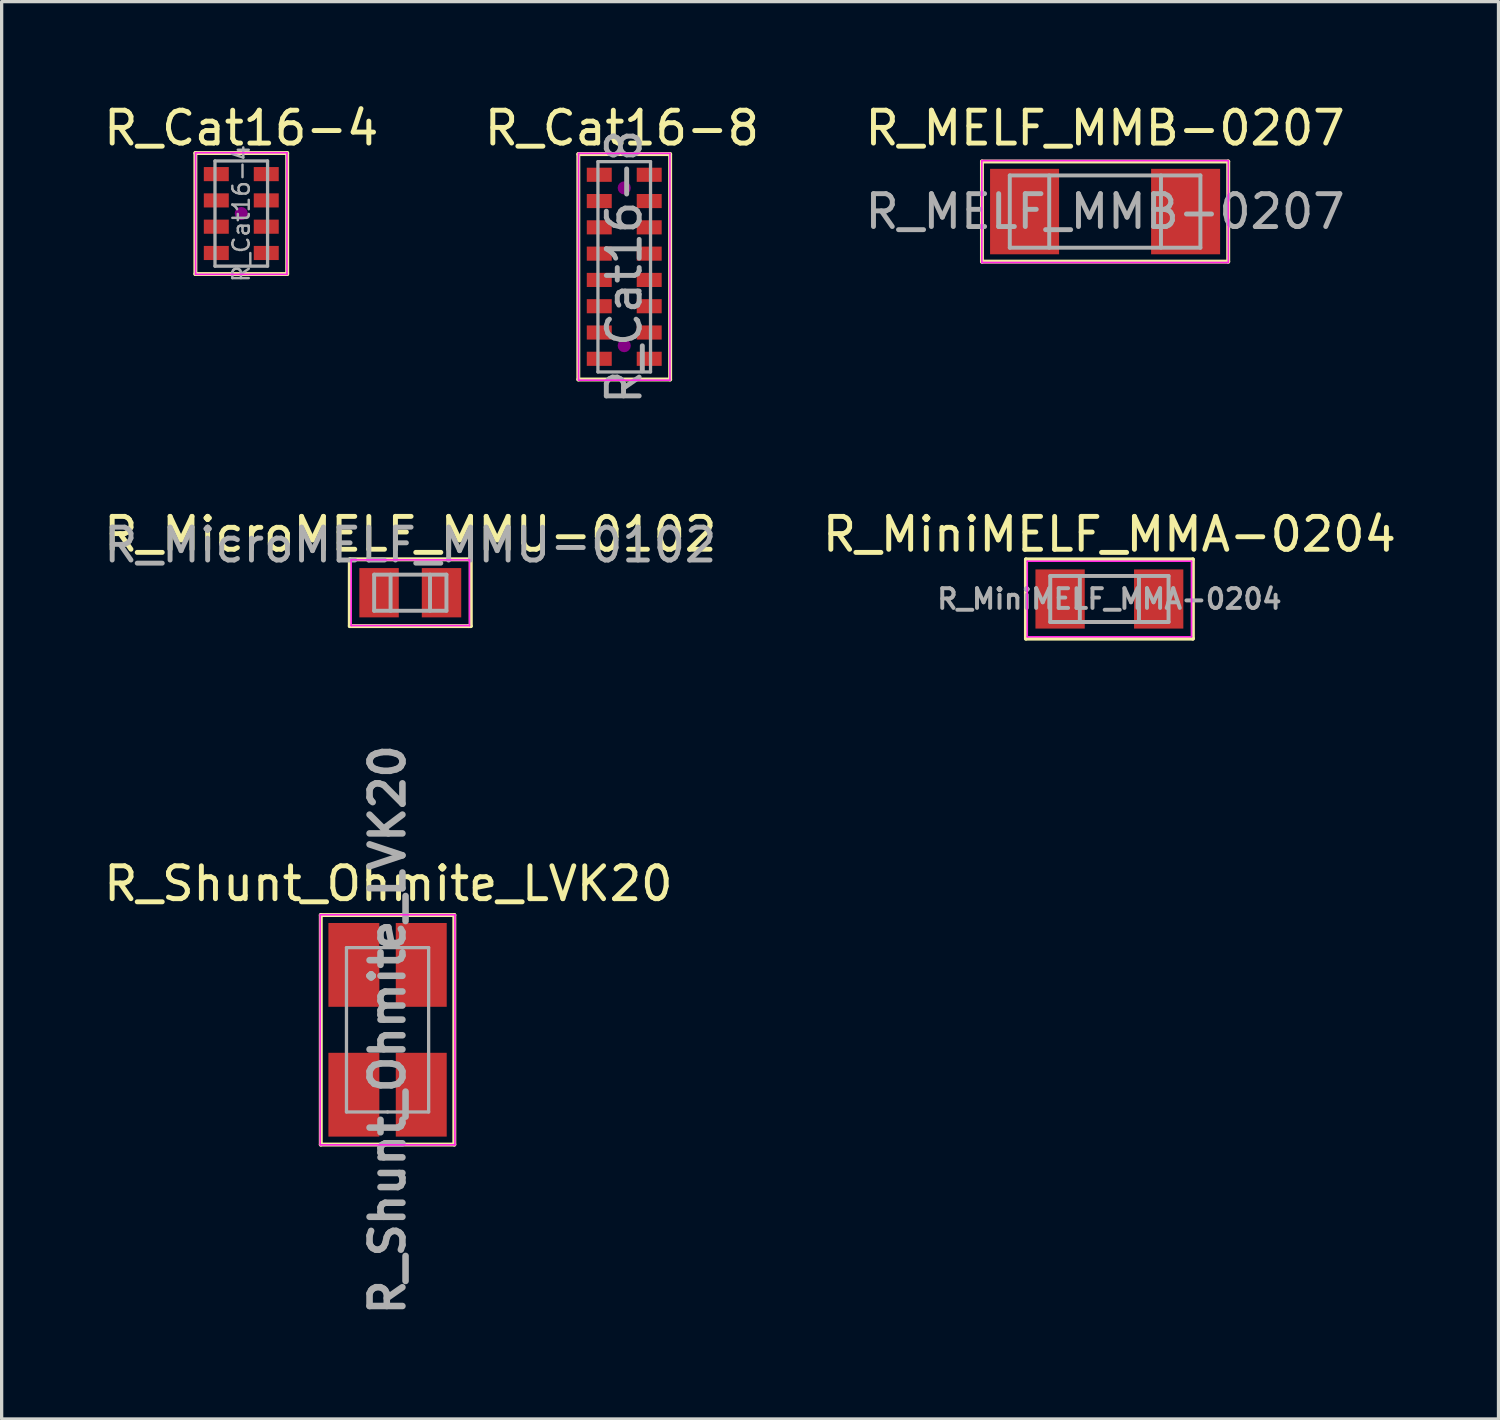
<source format=kicad_pcb>
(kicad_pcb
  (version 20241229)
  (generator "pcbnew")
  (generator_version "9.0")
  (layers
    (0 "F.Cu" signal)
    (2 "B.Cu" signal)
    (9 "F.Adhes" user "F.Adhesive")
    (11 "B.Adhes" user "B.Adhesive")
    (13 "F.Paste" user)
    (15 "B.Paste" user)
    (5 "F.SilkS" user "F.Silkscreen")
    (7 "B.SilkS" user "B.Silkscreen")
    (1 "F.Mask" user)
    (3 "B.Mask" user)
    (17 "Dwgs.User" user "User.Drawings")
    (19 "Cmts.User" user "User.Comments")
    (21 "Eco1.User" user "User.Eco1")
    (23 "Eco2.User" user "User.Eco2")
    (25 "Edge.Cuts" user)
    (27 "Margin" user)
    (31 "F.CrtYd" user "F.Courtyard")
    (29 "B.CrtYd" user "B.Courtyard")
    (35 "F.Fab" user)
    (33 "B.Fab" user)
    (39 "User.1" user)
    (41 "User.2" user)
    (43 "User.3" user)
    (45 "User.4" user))
  (footprint "R_MicroMELF_MMU-0102"
    (layer "F.Cu")
    (at 9.435 14.986)
    (property "Reference" "R_MicroMELF_MMU-0102" (at 0 -1.778 0) (layer "F.SilkS") (effects (font (size 1 1) (thickness 0.15))))
    (attr smd)
    (fp_line (start -1.841 -1.016) (end -1.841 1.016) (stroke (width 0.12) (type solid)) (layer "F.SilkS"))
    (fp_line (start -1.841 1.016) (end 1.778 1.016) (stroke (width 0.12) (type solid)) (layer "F.SilkS"))
    (fp_line (start 1.778 1.016) (end 1.841 1.016) (stroke (width 0.12) (type solid)) (layer "F.SilkS"))
    (fp_line (start 1.841 -1.016) (end -1.841 -1.016) (stroke (width 0.12) (type solid)) (layer "F.SilkS"))
    (fp_line (start 1.841 1.016) (end 1.841 -1.016) (stroke (width 0.12) (type solid)) (layer "F.SilkS"))
    (fp_line (start -1.8 -1) (end -1.8 1) (stroke (width 0.05) (type solid)) (layer "F.CrtYd"))
    (fp_line (start -1.8 -1) (end 1.8 -1) (stroke (width 0.05) (type solid)) (layer "F.CrtYd"))
    (fp_line (start 1.8 1) (end -1.8 1) (stroke (width 0.05) (type solid)) (layer "F.CrtYd"))
    (fp_line (start 1.8 1) (end 1.8 -1) (stroke (width 0.05) (type solid)) (layer "F.CrtYd"))
    (fp_line (start -1.1 -0.55) (end 1.1 -0.55) (stroke (width 0.12) (type solid)) (layer "F.Fab"))
    (fp_line (start -1.1 0.55) (end -1.1 -0.55) (stroke (width 0.12) (type solid)) (layer "F.Fab"))
    (fp_line (start -0.6 -0.55) (end -0.6 0.55) (stroke (width 0.12) (type solid)) (layer "F.Fab"))
    (fp_line (start 0.6 -0.55) (end 0.6 0.55) (stroke (width 0.12) (type solid)) (layer "F.Fab"))
    (fp_line (start 1.1 -0.55) (end 1.1 0.55) (stroke (width 0.12) (type solid)) (layer "F.Fab"))
    (fp_line (start 1.1 0.55) (end -1.1 0.55) (stroke (width 0.12) (type solid)) (layer "F.Fab"))
    (fp_text user "${REFERENCE}" (at 0 -1.45 0) (layer "F.Fab") (effects (font (size 1 1) (thickness 0.15))))
    (pad "1" smd rect (at -0.95 0) (size 1.2 1.5) (layers "F.Cu" "F.Mask" "F.Paste"))
    (pad "2" smd rect (at 0.95 0) (size 1.2 1.5) (layers "F.Cu" "F.Mask" "F.Paste")))
  (footprint "R_MiniMELF_MMA-0204"
    (layer "F.Cu")
    (at 30.708 15.177)
    (property "Reference" "R_MiniMELF_MMA-0204" (at 0 -1.968 0) (layer "F.SilkS") (effects (font (size 1 1) (thickness 0.15))))
    (attr smd)
    (fp_line (start -2.54 -1.206) (end -2.54 1.206) (stroke (width 0.12) (type solid)) (layer "F.SilkS"))
    (fp_line (start -2.54 1.206) (end 2.54 1.206) (stroke (width 0.12) (type solid)) (layer "F.SilkS"))
    (fp_line (start 2.54 -1.206) (end -2.54 -1.206) (stroke (width 0.12) (type solid)) (layer "F.SilkS"))
    (fp_line (start 2.54 1.206) (end 2.54 -1.206) (stroke (width 0.12) (type solid)) (layer "F.SilkS"))
    (fp_line (start -2.5 -1.15) (end -2.5 1.15) (stroke (width 0.05) (type solid)) (layer "F.CrtYd"))
    (fp_line (start -2.5 -1.15) (end 2.5 -1.15) (stroke (width 0.05) (type solid)) (layer "F.CrtYd"))
    (fp_line (start 2.5 1.15) (end -2.5 1.15) (stroke (width 0.05) (type solid)) (layer "F.CrtYd"))
    (fp_line (start 2.5 1.15) (end 2.5 -1.15) (stroke (width 0.05) (type solid)) (layer "F.CrtYd"))
    (fp_line (start -1.8 -0.7) (end -1.8 0.7) (stroke (width 0.12) (type solid)) (layer "F.Fab"))
    (fp_line (start -1.8 0.7) (end 1.8 0.7) (stroke (width 0.12) (type solid)) (layer "F.Fab"))
    (fp_line (start -0.9 -0.7) (end -0.9 0.7) (stroke (width 0.12) (type solid)) (layer "F.Fab"))
    (fp_line (start 0.9 0.7) (end 0.9 -0.7) (stroke (width 0.12) (type solid)) (layer "F.Fab"))
    (fp_line (start 1.8 -0.7) (end -1.8 -0.7) (stroke (width 0.12) (type solid)) (layer "F.Fab"))
    (fp_line (start 1.8 0.7) (end 1.8 -0.7) (stroke (width 0.12) (type solid)) (layer "F.Fab"))
    (fp_text user "${REFERENCE}" (at 0 0 0) (layer "F.Fab") (effects (font (size 0.6 0.6) (thickness 0.12))))
    (pad "1" smd rect (at -1.5 0) (size 1.5 1.8) (layers "F.Cu" "F.Mask" "F.Paste"))
    (pad "2" smd rect (at 1.5 0) (size 1.5 1.8) (layers "F.Cu" "F.Mask" "F.Paste")))
  (footprint "R_Cat16-4"
    (layer "F.Cu")
    (at 4.292 3.448)
    (property "Reference" "R_Cat16-4" (at 0 -2.6 0) (layer "F.SilkS") (effects (font (size 1 1) (thickness 0.15))))
    (attr smd)
    (fp_line (start -1.397 -1.841) (end -1.397 1.841) (stroke (width 0.12) (type solid)) (layer "F.SilkS"))
    (fp_line (start -1.397 1.841) (end 1.397 1.841) (stroke (width 0.12) (type solid)) (layer "F.SilkS"))
    (fp_line (start 1.397 -1.841) (end -1.397 -1.841) (stroke (width 0.12) (type solid)) (layer "F.SilkS"))
    (fp_line (start 1.397 1.841) (end 1.397 -1.841) (stroke (width 0.12) (type solid)) (layer "F.SilkS"))
    (fp_circle (center 0 0) (end -0.1 0) (stroke (width 0.2) (type solid)) (fill no) (layer "F.Adhes"))
    (fp_line (start -1.39 -1.85) (end -1.39 1.85) (stroke (width 0.05) (type solid)) (layer "F.CrtYd"))
    (fp_line (start -1.39 -1.85) (end 1.39 -1.85) (stroke (width 0.05) (type solid)) (layer "F.CrtYd"))
    (fp_line (start 1.39 1.85) (end -1.39 1.85) (stroke (width 0.05) (type solid)) (layer "F.CrtYd"))
    (fp_line (start 1.39 1.85) (end 1.39 -1.85) (stroke (width 0.05) (type solid)) (layer "F.CrtYd"))
    (fp_line (start -0.8 -1.6) (end 0.8 -1.6) (stroke (width 0.1) (type solid)) (layer "F.Fab"))
    (fp_line (start -0.8 1.6) (end -0.8 -1.6) (stroke (width 0.1) (type solid)) (layer "F.Fab"))
    (fp_line (start 0.8 -1.6) (end 0.8 1.6) (stroke (width 0.1) (type solid)) (layer "F.Fab"))
    (fp_line (start 0.8 1.6) (end -0.8 1.6) (stroke (width 0.1) (type solid)) (layer "F.Fab"))
    (fp_text user "${REFERENCE}" (at 0 0 90) (layer "F.Fab") (effects (font (size 0.5 0.5) (thickness 0.075))))
    (pad "1" smd rect (at -0.76 -1.2 180) (size 0.76 0.43) (layers "F.Cu" "F.Mask" "F.Paste"))
    (pad "2" smd rect (at -0.76 -0.4 180) (size 0.76 0.43) (layers "F.Cu" "F.Mask" "F.Paste"))
    (pad "3" smd rect (at -0.76 0.4 180) (size 0.76 0.43) (layers "F.Cu" "F.Mask" "F.Paste"))
    (pad "4" smd rect (at -0.76 1.2 180) (size 0.76 0.43) (layers "F.Cu" "F.Mask" "F.Paste"))
    (pad "5" smd rect (at 0.76 1.2 180) (size 0.76 0.43) (layers "F.Cu" "F.Mask" "F.Paste"))
    (pad "6" smd rect (at 0.76 0.4 180) (size 0.76 0.43) (layers "F.Cu" "F.Mask" "F.Paste"))
    (pad "7" smd rect (at 0.76 -0.4 180) (size 0.76 0.43) (layers "F.Cu" "F.Mask" "F.Paste"))
    (pad "8" smd rect (at 0.76 -1.2 180) (size 0.76 0.43) (layers "F.Cu" "F.Mask" "F.Paste")))
  (footprint "R_MELF_MMB-0207"
    (layer "F.Cu")
    (at 30.577 3.388)
    (property "Reference" "R_MELF_MMB-0207" (at 0 -2.54 0) (layer "F.SilkS") (effects (font (size 1 1) (thickness 0.15))))
    (attr smd)
    (fp_line (start -3.747 -1.524) (end -3.747 1.524) (stroke (width 0.12) (type solid)) (layer "F.SilkS"))
    (fp_line (start -3.747 1.524) (end 3.747 1.524) (stroke (width 0.12) (type solid)) (layer "F.SilkS"))
    (fp_line (start 3.747 -1.524) (end -3.747 -1.524) (stroke (width 0.12) (type solid)) (layer "F.SilkS"))
    (fp_line (start 3.747 1.524) (end 3.747 -1.524) (stroke (width 0.12) (type solid)) (layer "F.SilkS"))
    (fp_line (start -3.75 -1.55) (end -3.75 1.55) (stroke (width 0.05) (type solid)) (layer "F.CrtYd"))
    (fp_line (start -3.75 -1.55) (end 3.75 -1.55) (stroke (width 0.05) (type solid)) (layer "F.CrtYd"))
    (fp_line (start 3.75 1.55) (end -3.75 1.55) (stroke (width 0.05) (type solid)) (layer "F.CrtYd"))
    (fp_line (start 3.75 1.55) (end 3.75 -1.55) (stroke (width 0.05) (type solid)) (layer "F.CrtYd"))
    (fp_line (start -2.9 -1.1) (end -2.9 1.1) (stroke (width 0.12) (type solid)) (layer "F.Fab"))
    (fp_line (start -2.9 1.1) (end 2.9 1.1) (stroke (width 0.12) (type solid)) (layer "F.Fab"))
    (fp_line (start -1.7 -1.1) (end -1.7 1.1) (stroke (width 0.12) (type solid)) (layer "F.Fab"))
    (fp_line (start 1.7 -1.1) (end 1.7 1.1) (stroke (width 0.12) (type solid)) (layer "F.Fab"))
    (fp_line (start 2.9 -1.1) (end -2.9 -1.1) (stroke (width 0.12) (type solid)) (layer "F.Fab"))
    (fp_line (start 2.9 1.1) (end 2.9 -1.1) (stroke (width 0.12) (type solid)) (layer "F.Fab"))
    (fp_text user "${REFERENCE}" (at 0 0 0) (layer "F.Fab") (effects (font (size 1 1) (thickness 0.15))))
    (pad "1" smd rect (at -2.45 0) (size 2.1 2.6) (layers "F.Cu" "F.Mask" "F.Paste"))
    (pad "2" smd rect (at 2.45 0) (size 2.1 2.6) (layers "F.Cu" "F.Mask" "F.Paste")))
  (footprint "R_Cat16-8"
    (layer "F.Cu")
    (at 15.945 5.068)
    (property "Reference" "R_Cat16-8" (at -0.07 -4.22 0) (layer "F.SilkS") (effects (font (size 1 1) (thickness 0.15))))
    (attr smd)
    (fp_line (start -1.397 -3.429) (end -1.397 3.429) (stroke (width 0.12) (type solid)) (layer "F.SilkS"))
    (fp_line (start -1.397 3.429) (end 1.397 3.429) (stroke (width 0.12) (type solid)) (layer "F.SilkS"))
    (fp_line (start 1.397 -3.429) (end -1.397 -3.429) (stroke (width 0.12) (type solid)) (layer "F.SilkS"))
    (fp_line (start 1.397 3.429) (end 1.397 -3.429) (stroke (width 0.12) (type solid)) (layer "F.SilkS"))
    (fp_circle (center 0 -2.4) (end -0.1 -2.4) (stroke (width 0.2) (type solid)) (fill no) (layer "F.Adhes"))
    (fp_circle (center 0 2.4) (end -0.1 2.4) (stroke (width 0.2) (type solid)) (fill no) (layer "F.Adhes"))
    (fp_line (start -1.39 -3.45) (end -1.39 3.45) (stroke (width 0.05) (type solid)) (layer "F.CrtYd"))
    (fp_line (start -1.39 -3.45) (end 1.39 -3.45) (stroke (width 0.05) (type solid)) (layer "F.CrtYd"))
    (fp_line (start 1.39 3.45) (end -1.39 3.45) (stroke (width 0.05) (type solid)) (layer "F.CrtYd"))
    (fp_line (start 1.39 3.45) (end 1.39 -3.45) (stroke (width 0.05) (type solid)) (layer "F.CrtYd"))
    (fp_line (start -0.8 -3.2) (end 0.8 -3.2) (stroke (width 0.1) (type solid)) (layer "F.Fab"))
    (fp_line (start -0.8 3.2) (end -0.8 -3.2) (stroke (width 0.1) (type solid)) (layer "F.Fab"))
    (fp_line (start 0.8 -3.2) (end 0.8 3.2) (stroke (width 0.1) (type solid)) (layer "F.Fab"))
    (fp_line (start 0.8 3.2) (end -0.8 3.2) (stroke (width 0.1) (type solid)) (layer "F.Fab"))
    (fp_text user "${REFERENCE}" (at 0 0 90) (layer "F.Fab") (effects (font (size 1 1) (thickness 0.15))))
    (pad "1" smd rect (at -0.76 -2.8 180) (size 0.76 0.43) (layers "F.Cu" "F.Mask" "F.Paste"))
    (pad "2" smd rect (at -0.76 -2 180) (size 0.76 0.43) (layers "F.Cu" "F.Mask" "F.Paste"))
    (pad "3" smd rect (at -0.76 -1.2 180) (size 0.76 0.43) (layers "F.Cu" "F.Mask" "F.Paste"))
    (pad "4" smd rect (at -0.76 -0.4 180) (size 0.76 0.43) (layers "F.Cu" "F.Mask" "F.Paste"))
    (pad "5" smd rect (at -0.76 0.4 180) (size 0.76 0.43) (layers "F.Cu" "F.Mask" "F.Paste"))
    (pad "6" smd rect (at -0.76 1.2 180) (size 0.76 0.43) (layers "F.Cu" "F.Mask" "F.Paste"))
    (pad "7" smd rect (at -0.76 2 180) (size 0.76 0.43) (layers "F.Cu" "F.Mask" "F.Paste"))
    (pad "8" smd rect (at -0.76 2.8 180) (size 0.76 0.43) (layers "F.Cu" "F.Mask" "F.Paste"))
    (pad "9" smd rect (at 0.76 2.8 180) (size 0.76 0.43) (layers "F.Cu" "F.Mask" "F.Paste"))
    (pad "10" smd rect (at 0.76 2 180) (size 0.76 0.43) (layers "F.Cu" "F.Mask" "F.Paste"))
    (pad "11" smd rect (at 0.76 1.2 180) (size 0.76 0.43) (layers "F.Cu" "F.Mask" "F.Paste"))
    (pad "12" smd rect (at 0.76 0.4 180) (size 0.76 0.43) (layers "F.Cu" "F.Mask" "F.Paste"))
    (pad "13" smd rect (at 0.76 -0.4 180) (size 0.76 0.43) (layers "F.Cu" "F.Mask" "F.Paste"))
    (pad "14" smd rect (at 0.76 -1.2 180) (size 0.76 0.43) (layers "F.Cu" "F.Mask" "F.Paste"))
    (pad "15" smd rect (at 0.76 -2 180) (size 0.76 0.43) (layers "F.Cu" "F.Mask" "F.Paste"))
    (pad "16" smd rect (at 0.76 -2.8 180) (size 0.76 0.43) (layers "F.Cu" "F.Mask" "F.Paste")))
  (footprint "R_Shunt_Ohmite_LVK20"
    (layer "F.Cu")
    (at 8.743 28.286)
    (property "Reference" "R_Shunt_Ohmite_LVK20" (at 0.025 -4.445 0) (layer "F.SilkS") (effects (font (size 1 1) (thickness 0.15))))
    (attr smd)
    (fp_line (start -2.032 -3.493) (end -2.032 3.493) (stroke (width 0.12) (type solid)) (layer "F.SilkS"))
    (fp_line (start -2.032 3.493) (end 2.032 3.493) (stroke (width 0.12) (type solid)) (layer "F.SilkS"))
    (fp_line (start 2.032 -3.493) (end -2.032 -3.493) (stroke (width 0.12) (type solid)) (layer "F.SilkS"))
    (fp_line (start 2.032 3.493) (end 2.032 -3.493) (stroke (width 0.12) (type solid)) (layer "F.SilkS"))
    (fp_line (start -2.05 -3.5) (end 2.05 -3.5) (stroke (width 0.05) (type solid)) (layer "F.CrtYd"))
    (fp_line (start -2.05 3.5) (end -2.05 -3.5) (stroke (width 0.05) (type solid)) (layer "F.CrtYd"))
    (fp_line (start 2.05 -3.5) (end 2.05 3.5) (stroke (width 0.05) (type solid)) (layer "F.CrtYd"))
    (fp_line (start 2.05 3.5) (end -2.05 3.5) (stroke (width 0.05) (type solid)) (layer "F.CrtYd"))
    (fp_line (start -1.25 -2.5) (end 1.25 -2.5) (stroke (width 0.1) (type solid)) (layer "F.Fab"))
    (fp_line (start -1.25 2.5) (end -1.25 -2.5) (stroke (width 0.1) (type solid)) (layer "F.Fab"))
    (fp_line (start 0 2.5) (end -1.25 2.5) (stroke (width 0.1) (type solid)) (layer "F.Fab"))
    (fp_line (start 1.25 -2.5) (end 1.25 2.5) (stroke (width 0.1) (type solid)) (layer "F.Fab"))
    (fp_line (start 1.25 2.5) (end 0 2.5) (stroke (width 0.1) (type solid)) (layer "F.Fab"))
    (fp_text user "${REFERENCE}" (at 0 0 90) (layer "F.Fab") (effects (font (size 1 1) (thickness 0.2))))
    (pad "1" smd rect (at -1.025 -1.975) (size 1.55 2.55) (layers "F.Cu" "F.Mask" "F.Paste"))
    (pad "2" smd rect (at 1.025 -1.975) (size 1.55 2.55) (layers "F.Cu" "F.Mask" "F.Paste"))
    (pad "3" smd rect (at -1.025 1.975) (size 1.55 2.55) (layers "F.Cu" "F.Mask" "F.Paste"))
    (pad "4" smd rect (at 1.025 1.975) (size 1.55 2.55) (layers "F.Cu" "F.Mask" "F.Paste")))
  (gr_rect
    (start -3 -3)
    (end 42.548 40.129)
    (stroke (width 0.1) (type default))
    (fill no)
    (layer "Edge.Cuts")))
</source>
